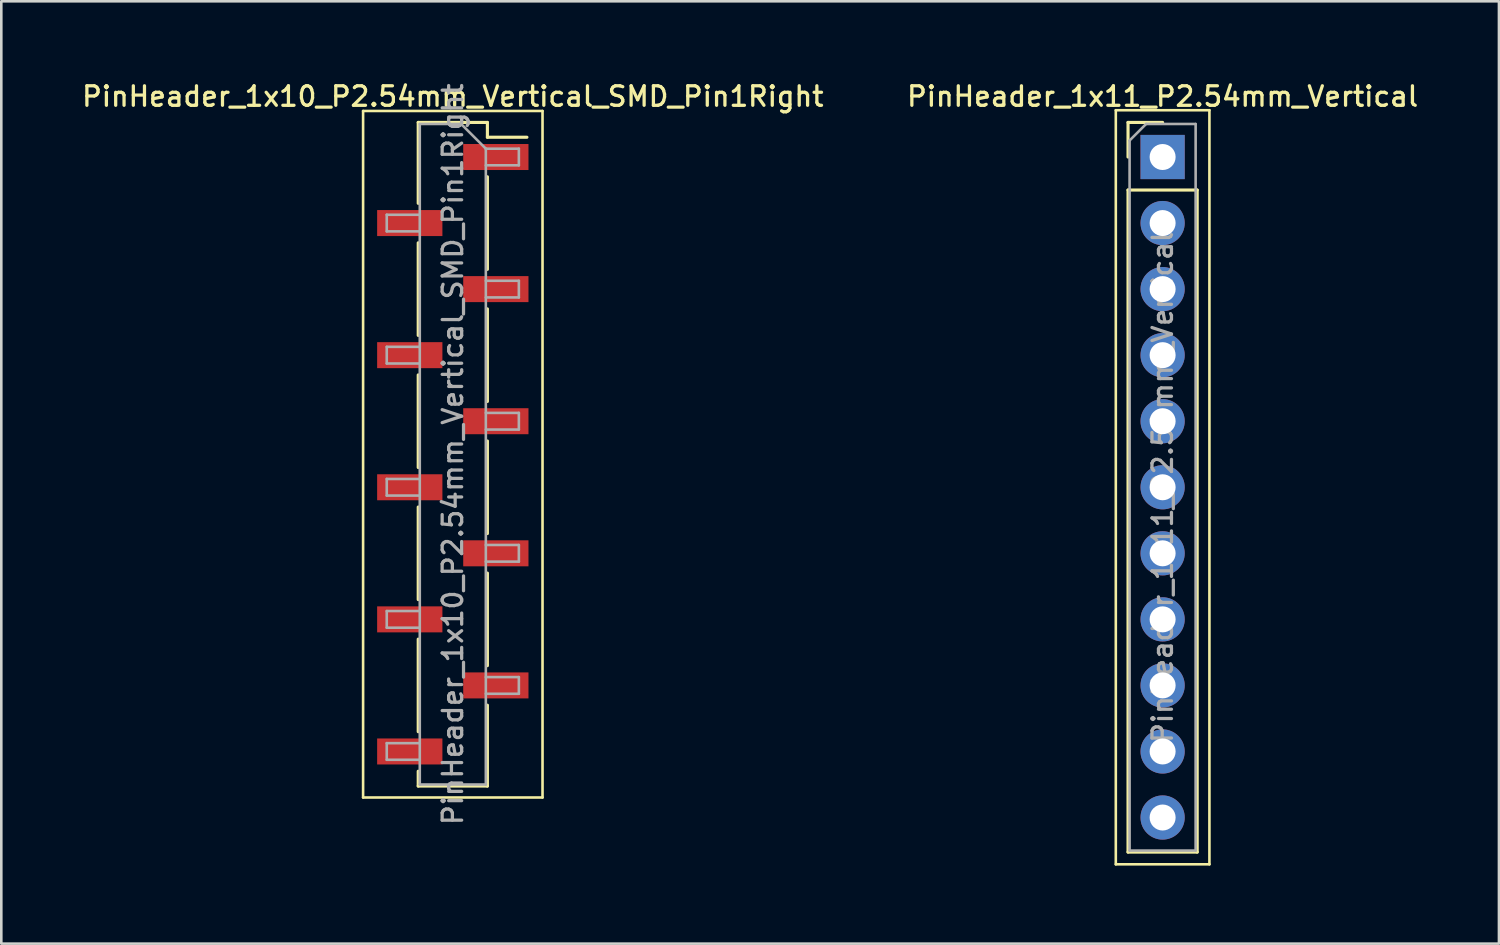
<source format=kicad_pcb>
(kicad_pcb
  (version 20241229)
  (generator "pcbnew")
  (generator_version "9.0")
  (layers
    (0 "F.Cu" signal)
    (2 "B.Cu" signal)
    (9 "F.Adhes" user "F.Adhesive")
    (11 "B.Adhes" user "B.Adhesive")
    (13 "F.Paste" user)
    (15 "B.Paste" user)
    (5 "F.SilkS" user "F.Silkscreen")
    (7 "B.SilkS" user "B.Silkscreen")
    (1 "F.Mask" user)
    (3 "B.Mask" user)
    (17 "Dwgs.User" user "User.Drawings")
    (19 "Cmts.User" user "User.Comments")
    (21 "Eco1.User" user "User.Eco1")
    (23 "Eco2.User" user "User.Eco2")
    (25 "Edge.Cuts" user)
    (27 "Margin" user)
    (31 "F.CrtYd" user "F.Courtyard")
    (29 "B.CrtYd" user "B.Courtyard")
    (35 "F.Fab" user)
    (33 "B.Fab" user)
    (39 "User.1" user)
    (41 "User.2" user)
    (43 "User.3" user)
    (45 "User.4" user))
  (footprint "PinHeader_1x11_P2.54mm_Vertical"
    (layer "F.Cu")
    (at 41.659 2.988)
    (property "Reference" "PinHeader_1x11_P2.54mm_Vertical" (at 0 -2.33 0) (layer "F.SilkS") (effects (font (size 0.75 0.75) (thickness 0.125))))
    (attr through_hole)
    (fp_line (start -1.8 -1.8) (end -1.8 27.2) (stroke (width 0.1) (type solid)) (layer "F.SilkS"))
    (fp_line (start -1.8 27.2) (end 1.8 27.2) (stroke (width 0.1) (type solid)) (layer "F.SilkS"))
    (fp_line (start -1.33 -1.33) (end 0 -1.33) (stroke (width 0.12) (type solid)) (layer "F.SilkS"))
    (fp_line (start -1.33 0) (end -1.33 -1.33) (stroke (width 0.12) (type solid)) (layer "F.SilkS"))
    (fp_line (start -1.33 1.27) (end -1.33 26.73) (stroke (width 0.12) (type solid)) (layer "F.SilkS"))
    (fp_line (start -1.33 1.27) (end 1.33 1.27) (stroke (width 0.12) (type solid)) (layer "F.SilkS"))
    (fp_line (start -1.33 26.73) (end 1.33 26.73) (stroke (width 0.12) (type solid)) (layer "F.SilkS"))
    (fp_line (start 1.33 1.27) (end 1.33 26.73) (stroke (width 0.12) (type solid)) (layer "F.SilkS"))
    (fp_line (start 1.8 -1.8) (end -1.8 -1.8) (stroke (width 0.1) (type solid)) (layer "F.SilkS"))
    (fp_line (start 1.8 27.2) (end 1.8 -1.8) (stroke (width 0.1) (type solid)) (layer "F.SilkS"))
    (fp_line (start -1.27 -0.635) (end -0.635 -1.27) (stroke (width 0.1) (type solid)) (layer "F.Fab"))
    (fp_line (start -1.27 26.67) (end -1.27 -0.635) (stroke (width 0.1) (type solid)) (layer "F.Fab"))
    (fp_line (start -0.635 -1.27) (end 1.27 -1.27) (stroke (width 0.1) (type solid)) (layer "F.Fab"))
    (fp_line (start 1.27 -1.27) (end 1.27 26.67) (stroke (width 0.1) (type solid)) (layer "F.Fab"))
    (fp_line (start 1.27 26.67) (end -1.27 26.67) (stroke (width 0.1) (type solid)) (layer "F.Fab"))
    (fp_text user "${REFERENCE}" (at 0 12.7 90) (layer "F.Fab") (effects (font (size 0.75 0.75) (thickness 0.125))))
    (pad "1" thru_hole rect (at 0 0) (size 1.7 1.7) (drill 1) (layers "*.Cu" "*.Mask"))
    (pad "2" thru_hole oval (at 0 2.54) (size 1.7 1.7) (drill 1) (layers "*.Cu" "*.Mask"))
    (pad "3" thru_hole oval (at 0 5.08) (size 1.7 1.7) (drill 1) (layers "*.Cu" "*.Mask"))
    (pad "4" thru_hole oval (at 0 7.62) (size 1.7 1.7) (drill 1) (layers "*.Cu" "*.Mask"))
    (pad "5" thru_hole oval (at 0 10.16) (size 1.7 1.7) (drill 1) (layers "*.Cu" "*.Mask"))
    (pad "6" thru_hole oval (at 0 12.7) (size 1.7 1.7) (drill 1) (layers "*.Cu" "*.Mask"))
    (pad "7" thru_hole oval (at 0 15.24) (size 1.7 1.7) (drill 1) (layers "*.Cu" "*.Mask"))
    (pad "8" thru_hole oval (at 0 17.78) (size 1.7 1.7) (drill 1) (layers "*.Cu" "*.Mask"))
    (pad "9" thru_hole oval (at 0 20.32) (size 1.7 1.7) (drill 1) (layers "*.Cu" "*.Mask"))
    (pad "10" thru_hole oval (at 0 22.86) (size 1.7 1.7) (drill 1) (layers "*.Cu" "*.Mask"))
    (pad "11" thru_hole oval (at 0 25.4) (size 1.7 1.7) (drill 1) (layers "*.Cu" "*.Mask")))
  (footprint "PinHeader_1x10_P2.54mm_Vertical_SMD_Pin1Right"
    (layer "F.Cu")
    (at 14.363 14.418)
    (property "Reference" "PinHeader_1x10_P2.54mm_Vertical_SMD_Pin1Right" (at 0 -13.76 0) (layer "F.SilkS") (effects (font (size 0.75 0.75) (thickness 0.125))))
    (attr smd)
    (fp_line (start -3.45 -13.2) (end -3.45 13.2) (stroke (width 0.1) (type solid)) (layer "F.SilkS"))
    (fp_line (start -3.45 13.2) (end 3.45 13.2) (stroke (width 0.1) (type solid)) (layer "F.SilkS"))
    (fp_line (start -1.33 -12.76) (end -1.33 -9.65) (stroke (width 0.12) (type solid)) (layer "F.SilkS"))
    (fp_line (start -1.33 -12.76) (end 1.33 -12.76) (stroke (width 0.12) (type solid)) (layer "F.SilkS"))
    (fp_line (start -1.33 -8.13) (end -1.33 -4.57) (stroke (width 0.12) (type solid)) (layer "F.SilkS"))
    (fp_line (start -1.33 -3.05) (end -1.33 0.51) (stroke (width 0.12) (type solid)) (layer "F.SilkS"))
    (fp_line (start -1.33 2.03) (end -1.33 5.59) (stroke (width 0.12) (type solid)) (layer "F.SilkS"))
    (fp_line (start -1.33 7.11) (end -1.33 10.67) (stroke (width 0.12) (type solid)) (layer "F.SilkS"))
    (fp_line (start -1.33 12.19) (end -1.33 12.76) (stroke (width 0.12) (type solid)) (layer "F.SilkS"))
    (fp_line (start -1.33 12.76) (end 1.33 12.76) (stroke (width 0.12) (type solid)) (layer "F.SilkS"))
    (fp_line (start 1.33 -12.76) (end 1.33 -12.19) (stroke (width 0.12) (type solid)) (layer "F.SilkS"))
    (fp_line (start 1.33 -12.19) (end 2.85 -12.19) (stroke (width 0.12) (type solid)) (layer "F.SilkS"))
    (fp_line (start 1.33 -10.67) (end 1.33 -7.11) (stroke (width 0.12) (type solid)) (layer "F.SilkS"))
    (fp_line (start 1.33 -5.59) (end 1.33 -2.03) (stroke (width 0.12) (type solid)) (layer "F.SilkS"))
    (fp_line (start 1.33 -0.51) (end 1.33 3.05) (stroke (width 0.12) (type solid)) (layer "F.SilkS"))
    (fp_line (start 1.33 4.57) (end 1.33 8.13) (stroke (width 0.12) (type solid)) (layer "F.SilkS"))
    (fp_line (start 1.33 9.65) (end 1.33 12.76) (stroke (width 0.12) (type solid)) (layer "F.SilkS"))
    (fp_line (start 3.45 -13.2) (end -3.45 -13.2) (stroke (width 0.1) (type solid)) (layer "F.SilkS"))
    (fp_line (start 3.45 13.2) (end 3.45 -13.2) (stroke (width 0.1) (type solid)) (layer "F.SilkS"))
    (fp_line (start -2.54 -9.21) (end -2.54 -8.57) (stroke (width 0.1) (type solid)) (layer "F.Fab"))
    (fp_line (start -2.54 -8.57) (end -1.27 -8.57) (stroke (width 0.1) (type solid)) (layer "F.Fab"))
    (fp_line (start -2.54 -4.13) (end -2.54 -3.49) (stroke (width 0.1) (type solid)) (layer "F.Fab"))
    (fp_line (start -2.54 -3.49) (end -1.27 -3.49) (stroke (width 0.1) (type solid)) (layer "F.Fab"))
    (fp_line (start -2.54 0.95) (end -2.54 1.59) (stroke (width 0.1) (type solid)) (layer "F.Fab"))
    (fp_line (start -2.54 1.59) (end -1.27 1.59) (stroke (width 0.1) (type solid)) (layer "F.Fab"))
    (fp_line (start -2.54 6.03) (end -2.54 6.67) (stroke (width 0.1) (type solid)) (layer "F.Fab"))
    (fp_line (start -2.54 6.67) (end -1.27 6.67) (stroke (width 0.1) (type solid)) (layer "F.Fab"))
    (fp_line (start -2.54 11.11) (end -2.54 11.75) (stroke (width 0.1) (type solid)) (layer "F.Fab"))
    (fp_line (start -2.54 11.75) (end -1.27 11.75) (stroke (width 0.1) (type solid)) (layer "F.Fab"))
    (fp_line (start -1.27 -12.7) (end -1.27 12.7) (stroke (width 0.1) (type solid)) (layer "F.Fab"))
    (fp_line (start -1.27 -12.7) (end 0.32 -12.7) (stroke (width 0.1) (type solid)) (layer "F.Fab"))
    (fp_line (start -1.27 -9.21) (end -2.54 -9.21) (stroke (width 0.1) (type solid)) (layer "F.Fab"))
    (fp_line (start -1.27 -4.13) (end -2.54 -4.13) (stroke (width 0.1) (type solid)) (layer "F.Fab"))
    (fp_line (start -1.27 0.95) (end -2.54 0.95) (stroke (width 0.1) (type solid)) (layer "F.Fab"))
    (fp_line (start -1.27 6.03) (end -2.54 6.03) (stroke (width 0.1) (type solid)) (layer "F.Fab"))
    (fp_line (start -1.27 11.11) (end -2.54 11.11) (stroke (width 0.1) (type solid)) (layer "F.Fab"))
    (fp_line (start 1.27 -11.75) (end 0.32 -12.7) (stroke (width 0.1) (type solid)) (layer "F.Fab"))
    (fp_line (start 1.27 -11.75) (end 2.54 -11.75) (stroke (width 0.1) (type solid)) (layer "F.Fab"))
    (fp_line (start 1.27 -6.67) (end 2.54 -6.67) (stroke (width 0.1) (type solid)) (layer "F.Fab"))
    (fp_line (start 1.27 -1.59) (end 2.54 -1.59) (stroke (width 0.1) (type solid)) (layer "F.Fab"))
    (fp_line (start 1.27 3.49) (end 2.54 3.49) (stroke (width 0.1) (type solid)) (layer "F.Fab"))
    (fp_line (start 1.27 8.57) (end 2.54 8.57) (stroke (width 0.1) (type solid)) (layer "F.Fab"))
    (fp_line (start 1.27 12.7) (end -1.27 12.7) (stroke (width 0.1) (type solid)) (layer "F.Fab"))
    (fp_line (start 1.27 12.7) (end 1.27 -11.75) (stroke (width 0.1) (type solid)) (layer "F.Fab"))
    (fp_line (start 2.54 -11.75) (end 2.54 -11.11) (stroke (width 0.1) (type solid)) (layer "F.Fab"))
    (fp_line (start 2.54 -11.11) (end 1.27 -11.11) (stroke (width 0.1) (type solid)) (layer "F.Fab"))
    (fp_line (start 2.54 -6.67) (end 2.54 -6.03) (stroke (width 0.1) (type solid)) (layer "F.Fab"))
    (fp_line (start 2.54 -6.03) (end 1.27 -6.03) (stroke (width 0.1) (type solid)) (layer "F.Fab"))
    (fp_line (start 2.54 -1.59) (end 2.54 -0.95) (stroke (width 0.1) (type solid)) (layer "F.Fab"))
    (fp_line (start 2.54 -0.95) (end 1.27 -0.95) (stroke (width 0.1) (type solid)) (layer "F.Fab"))
    (fp_line (start 2.54 3.49) (end 2.54 4.13) (stroke (width 0.1) (type solid)) (layer "F.Fab"))
    (fp_line (start 2.54 4.13) (end 1.27 4.13) (stroke (width 0.1) (type solid)) (layer "F.Fab"))
    (fp_line (start 2.54 8.57) (end 2.54 9.21) (stroke (width 0.1) (type solid)) (layer "F.Fab"))
    (fp_line (start 2.54 9.21) (end 1.27 9.21) (stroke (width 0.1) (type solid)) (layer "F.Fab"))
    (fp_text user "${REFERENCE}" (at 0 0 90) (layer "F.Fab") (effects (font (size 0.75 0.75) (thickness 0.125))))
    (pad "1" smd rect (at 1.655 -11.43) (size 2.51 1) (layers "F.Cu" "F.Mask" "F.Paste"))
    (pad "2" smd rect (at -1.655 -8.89) (size 2.51 1) (layers "F.Cu" "F.Mask" "F.Paste"))
    (pad "3" smd rect (at 1.655 -6.35) (size 2.51 1) (layers "F.Cu" "F.Mask" "F.Paste"))
    (pad "4" smd rect (at -1.655 -3.81) (size 2.51 1) (layers "F.Cu" "F.Mask" "F.Paste"))
    (pad "5" smd rect (at 1.655 -1.27) (size 2.51 1) (layers "F.Cu" "F.Mask" "F.Paste"))
    (pad "6" smd rect (at -1.655 1.27) (size 2.51 1) (layers "F.Cu" "F.Mask" "F.Paste"))
    (pad "7" smd rect (at 1.655 3.81) (size 2.51 1) (layers "F.Cu" "F.Mask" "F.Paste"))
    (pad "8" smd rect (at -1.655 6.35) (size 2.51 1) (layers "F.Cu" "F.Mask" "F.Paste"))
    (pad "9" smd rect (at 1.655 8.89) (size 2.51 1) (layers "F.Cu" "F.Mask" "F.Paste"))
    (pad "10" smd rect (at -1.655 11.43) (size 2.51 1) (layers "F.Cu" "F.Mask" "F.Paste")))
  (gr_rect
    (start -3 -3)
    (end 54.593 33.238)
    (stroke (width 0.1) (type default))
    (fill no)
    (layer "Edge.Cuts")))
</source>
